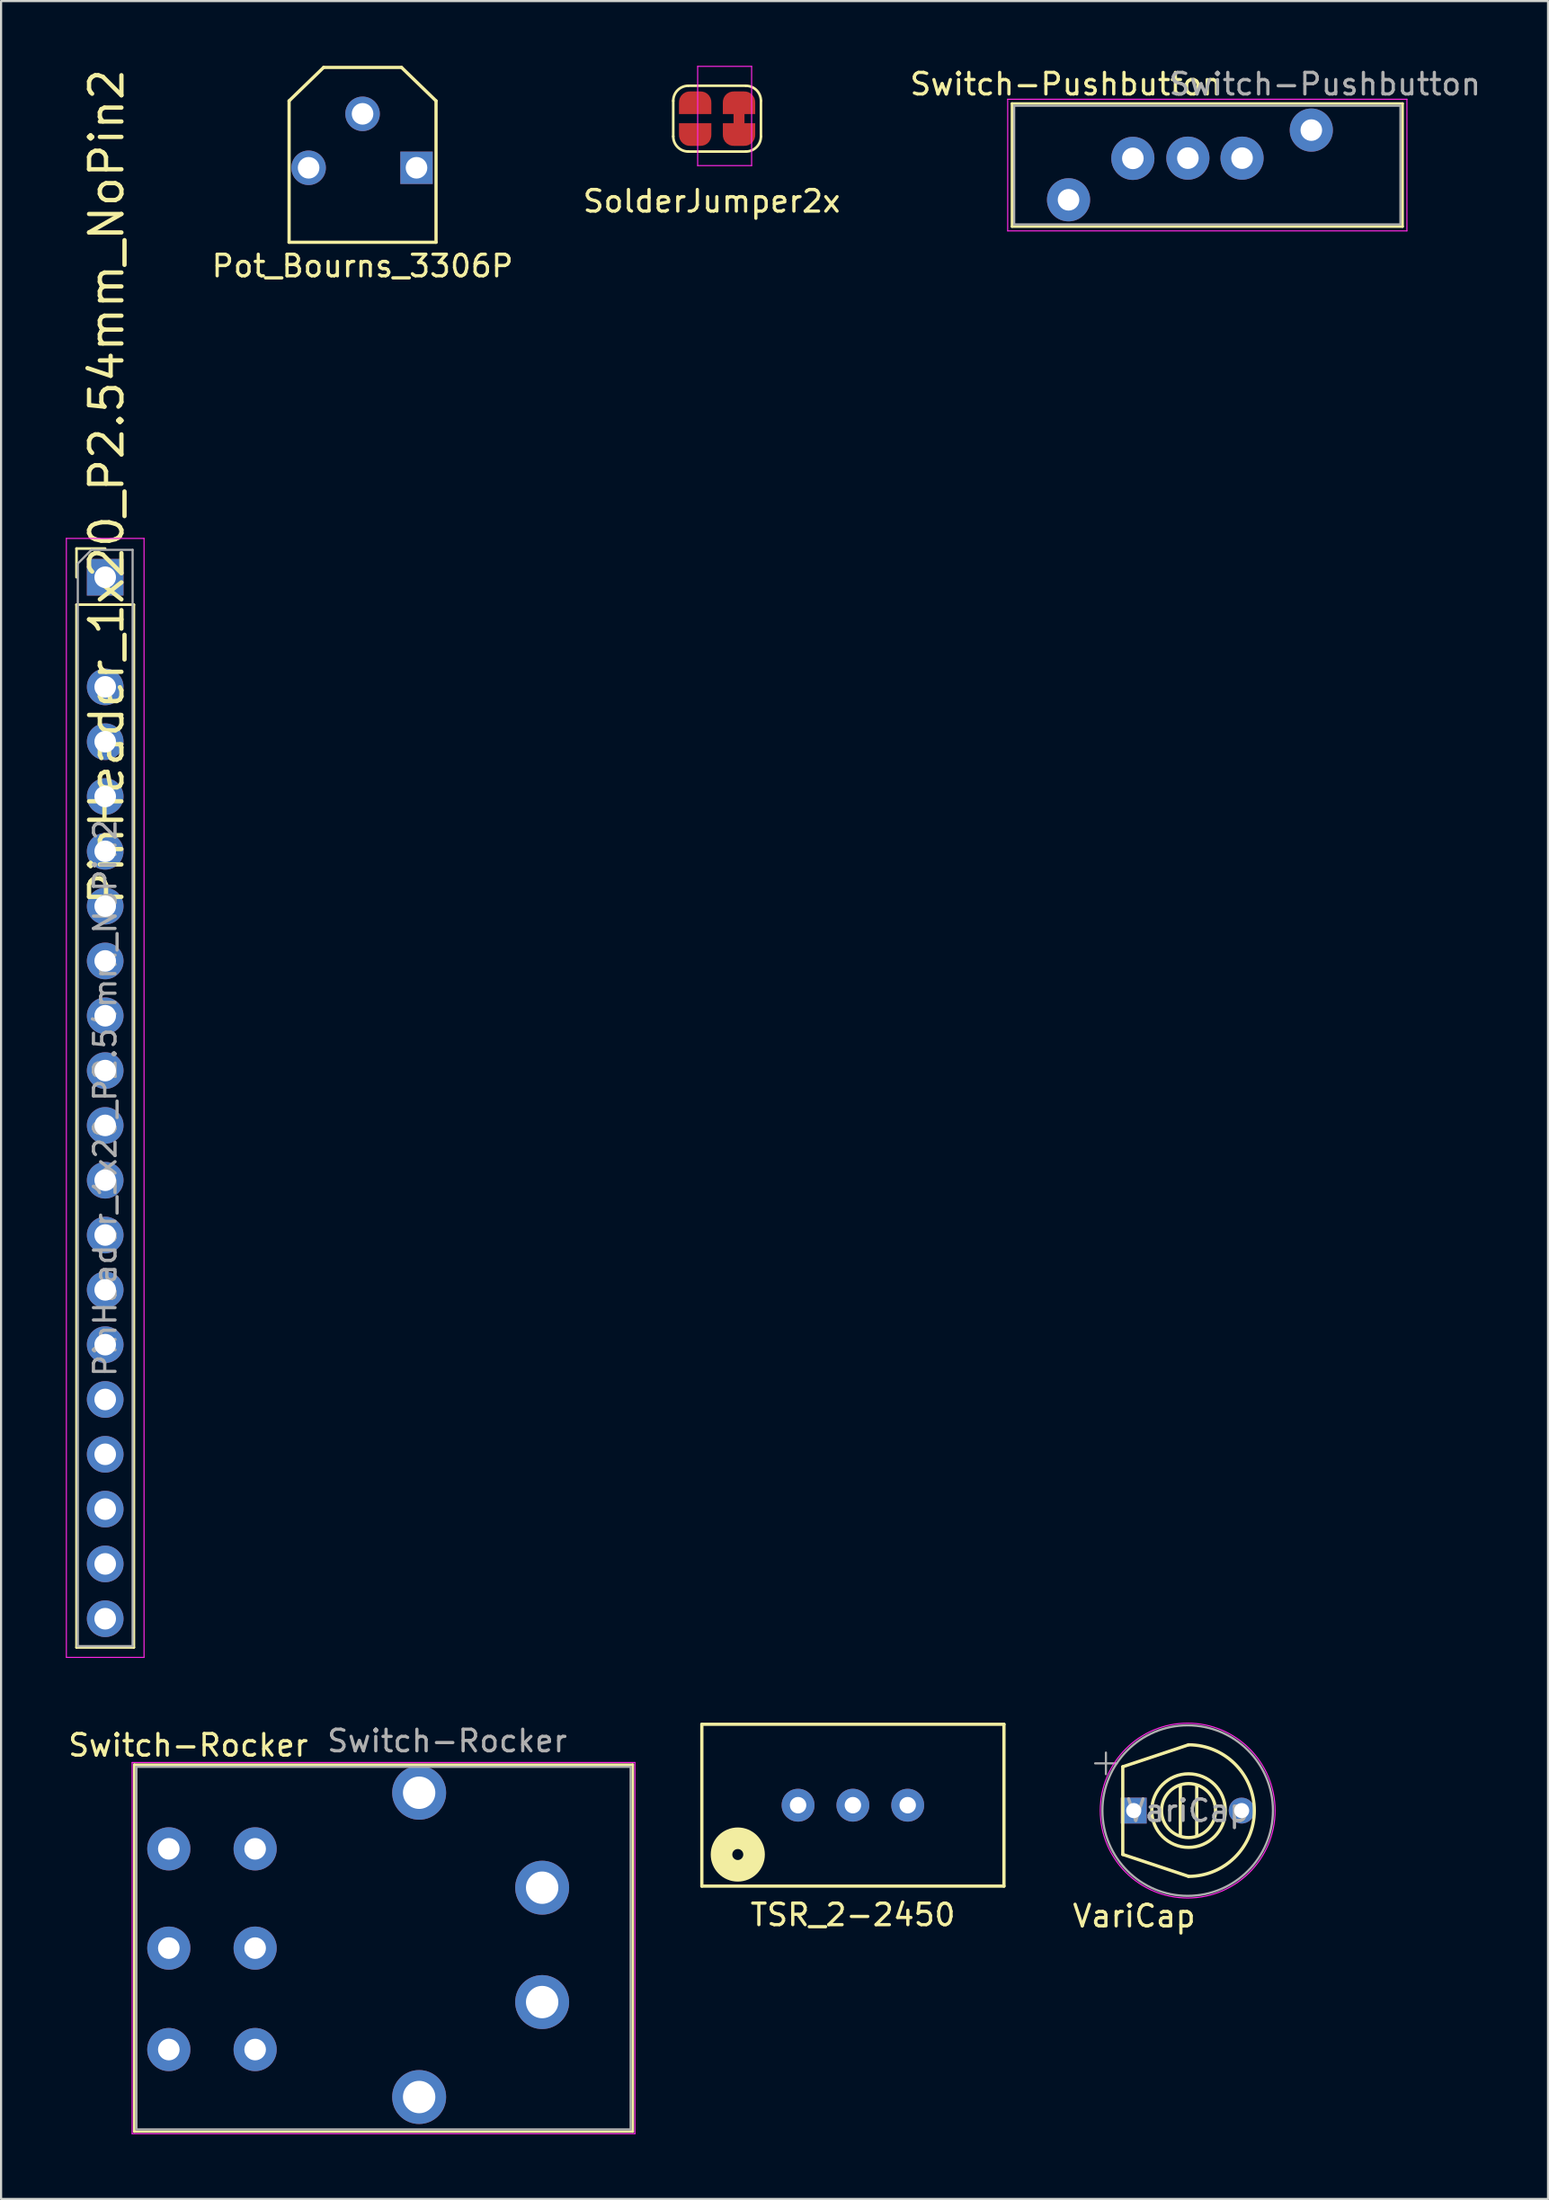
<source format=kicad_pcb>
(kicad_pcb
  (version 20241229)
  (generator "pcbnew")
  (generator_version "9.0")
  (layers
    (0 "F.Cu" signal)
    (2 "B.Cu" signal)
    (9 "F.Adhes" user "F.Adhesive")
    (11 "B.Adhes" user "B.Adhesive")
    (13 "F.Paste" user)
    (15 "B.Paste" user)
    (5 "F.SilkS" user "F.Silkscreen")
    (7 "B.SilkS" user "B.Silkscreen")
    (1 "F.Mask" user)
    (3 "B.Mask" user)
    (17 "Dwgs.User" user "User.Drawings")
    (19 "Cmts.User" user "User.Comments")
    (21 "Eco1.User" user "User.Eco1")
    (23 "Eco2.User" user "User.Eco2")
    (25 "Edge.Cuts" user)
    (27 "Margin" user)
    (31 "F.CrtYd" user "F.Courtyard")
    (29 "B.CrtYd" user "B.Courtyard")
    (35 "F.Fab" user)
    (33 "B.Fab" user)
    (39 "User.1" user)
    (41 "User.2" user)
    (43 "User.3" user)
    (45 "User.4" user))
  (footprint "Pot_Bourns_3306P"
    (layer "F.Cu")
    (at 13.751 3.475)
    (property "Reference" "Pot_Bourns_3306P" (at 0 5.8 0) (layer "F.SilkS") (effects (font (size 1 1) (thickness 0.15))))
    (attr through_hole)
    (fp_line (start -3.405 -1.85) (end -3.405 4.7) (stroke (width 0.15) (type solid)) (layer "F.SilkS"))
    (fp_line (start -3.405 -1.85) (end -1.805 -3.4) (stroke (width 0.15) (type solid)) (layer "F.SilkS"))
    (fp_line (start -3.405 4.7) (end 3.405 4.7) (stroke (width 0.15) (type solid)) (layer "F.SilkS"))
    (fp_line (start -1.805 -3.4) (end 1.805 -3.4) (stroke (width 0.15) (type solid)) (layer "F.SilkS"))
    (fp_line (start 3.405 -1.85) (end 1.805 -3.4) (stroke (width 0.15) (type solid)) (layer "F.SilkS"))
    (fp_line (start 3.405 -1.85) (end 3.405 4.7) (stroke (width 0.15) (type solid)) (layer "F.SilkS"))
    (pad "1" thru_hole rect (at 2.5 1.25) (size 1.5 1.5) (drill 1) (layers "*.Cu" "*.Mask"))
    (pad "2" thru_hole circle (at 0 -1.25) (size 1.6 1.6) (drill 1) (layers "*.Cu" "*.Mask"))
    (pad "3" thru_hole circle (at -2.5 1.25) (size 1.6 1.6) (drill 1) (layers "*.Cu" "*.Mask")))
  (footprint "SolderJumper2x"
    (layer "F.Cu")
    (at 30.18 2.575)
    (property "Reference" "SolderJumper2x" (at -0.25 3.7 0) (layer "F.SilkS") (effects (font (size 1 1) (thickness 0.15))))
    (attr exclude_from_pos_files exclude_from_bom)
    (fp_poly (pts (xy 0.762 0.381) (xy 0.762 -0.635) (xy 1.27 -0.635) (xy 1.27 0.381)) (stroke (width 0) (type solid)) (fill yes) (layer "F.Cu"))
    (fp_line (start -2.032 0.697) (end -2.032 -0.951) (stroke (width 0.12) (type solid)) (layer "F.SilkS"))
    (fp_line (start -1.332 -1.651) (end 1.332 -1.651) (stroke (width 0.12) (type solid)) (layer "F.SilkS"))
    (fp_line (start 1.332 1.397) (end -1.332 1.397) (stroke (width 0.12) (type solid)) (layer "F.SilkS"))
    (fp_line (start 2.032 -0.951) (end 2.032 0.697) (stroke (width 0.12) (type solid)) (layer "F.SilkS"))
    (fp_arc (start -2.032 -0.951) (mid -1.826975 -1.445975) (end -1.332 -1.651) (stroke (width 0.12) (type solid)) (layer "F.SilkS"))
    (fp_arc (start -1.332 1.397) (mid -1.826975 1.191975) (end -2.032 0.697) (stroke (width 0.12) (type solid)) (layer "F.SilkS"))
    (fp_arc (start 1.332 -1.651) (mid 1.826975 -1.445975) (end 2.032 -0.951) (stroke (width 0.12) (type solid)) (layer "F.SilkS"))
    (fp_arc (start 2.032 0.697) (mid 1.826975 1.191975) (end 1.332 1.397) (stroke (width 0.12) (type solid)) (layer "F.SilkS"))
    (fp_line (start -0.9 2.05) (end -0.9 -2.55) (stroke (width 0.05) (type solid)) (layer "F.CrtYd"))
    (fp_line (start -0.9 2.05) (end 1.6 2.05) (stroke (width 0.05) (type solid)) (layer "F.CrtYd"))
    (fp_line (start 1.6 -2.55) (end -0.9 -2.55) (stroke (width 0.05) (type solid)) (layer "F.CrtYd"))
    (fp_line (start 1.6 -2.55) (end 1.6 2.05) (stroke (width 0.05) (type solid)) (layer "F.CrtYd"))
    (pad "1" smd custom (at 1.016 -0.889 90) (size 1 0.5) (layers "F.Cu" "F.Mask") (options (anchor rect)) (primitives (gr_circle (center 0 0.25) (end 0.5 0.25) (width 0) (fill yes)) (gr_circle (center 0 -0.25) (end 0.5 -0.25) (width 0) (fill yes)) (gr_poly (pts (xy -0.55 -0.75) (xy 0 -0.75) (xy 0 0.75) (xy -0.55 0.75)) (width 0) (fill yes))))
    (pad "2" smd custom (at -1.016 0.635 90) (size 1 0.5) (layers "F.Cu" "F.Mask") (options (anchor rect)) (primitives (gr_circle (center 0 0.25) (end 0.5 0.25) (width 0) (fill yes)) (gr_circle (center 0 -0.25) (end 0.5 -0.25) (width 0) (fill yes)) (gr_poly (pts (xy 0.55 -0.75) (xy 0 -0.75) (xy 0 0.75) (xy 0.55 0.75)) (width 0) (fill yes))))
    (pad "2" smd custom (at 1.016 0.635 90) (size 1 0.5) (layers "F.Cu" "F.Mask") (options (anchor rect)) (primitives (gr_circle (center 0 0.25) (end 0.5 0.25) (width 0) (fill yes)) (gr_circle (center 0 -0.25) (end 0.5 -0.25) (width 0) (fill yes)) (gr_poly (pts (xy 0.55 -0.75) (xy 0 -0.75) (xy 0 0.75) (xy 0.55 0.75)) (width 0) (fill yes))))
    (pad "3" smd custom (at -1.016 -0.889 90) (size 1 0.5) (layers "F.Cu" "F.Mask") (options (anchor rect)) (primitives (gr_circle (center 0 0.25) (end 0.5 0.25) (width 0) (fill yes)) (gr_circle (center 0 -0.25) (end 0.5 -0.25) (width 0) (fill yes)) (gr_poly (pts (xy -0.55 -0.75) (xy 0 -0.75) (xy 0 0.75) (xy -0.55 0.75)) (width 0) (fill yes)))))
  (footprint "Switch-Rocker"
    (layer "F.Cu")
    (at 8.273 80.821)
    (property "Reference" "Switch-Rocker" (at -2.6 -3 0) (layer "F.SilkS") (effects (font (size 1 1) (thickness 0.15))))
    (attr through_hole)
    (fp_line (start -5.1 -2.1) (end -5.1 14.9) (stroke (width 0.12) (type solid)) (layer "F.SilkS"))
    (fp_line (start -5.1 -2.1) (end 18 -2.1) (stroke (width 0.12) (type solid)) (layer "F.SilkS"))
    (fp_line (start -5.1 14.9) (end 18 14.9) (stroke (width 0.12) (type solid)) (layer "F.SilkS"))
    (fp_line (start 18 -2.1) (end 18 14.9) (stroke (width 0.12) (type solid)) (layer "F.SilkS"))
    (fp_line (start -5.2 -2.2) (end -5.2 15) (stroke (width 0.05) (type solid)) (layer "F.CrtYd"))
    (fp_line (start -5.2 15) (end 18.1 15) (stroke (width 0.05) (type solid)) (layer "F.CrtYd"))
    (fp_line (start 18.1 -2.2) (end -5.2 -2.2) (stroke (width 0.05) (type solid)) (layer "F.CrtYd"))
    (fp_line (start 18.1 15) (end 18.1 -2.2) (stroke (width 0.05) (type solid)) (layer "F.CrtYd"))
    (fp_line (start -5 -2) (end -5 14.8) (stroke (width 0.1) (type solid)) (layer "F.Fab"))
    (fp_line (start -5 14.8) (end 17.9 14.8) (stroke (width 0.1) (type solid)) (layer "F.Fab"))
    (fp_line (start 17.9 -2) (end -5 -2) (stroke (width 0.1) (type solid)) (layer "F.Fab"))
    (fp_line (start 17.9 14.8) (end 17.9 -2) (stroke (width 0.1) (type solid)) (layer "F.Fab"))
    (fp_text user "${REFERENCE}" (at 9.4 -3.2 0) (layer "F.Fab") (effects (font (size 1 1) (thickness 0.15))))
    (pad "0" thru_hole circle (at 8.1 -0.8) (size 2.5 2.5) (drill 1.5) (layers "*.Cu" "*.Mask"))
    (pad "0" thru_hole circle (at 8.1 13.3) (size 2.5 2.5) (drill 1.5) (layers "*.Cu" "*.Mask"))
    (pad "0" thru_hole circle (at 13.8 3.6) (size 2.5 2.5) (drill 1.5) (layers "*.Cu" "*.Mask"))
    (pad "0" thru_hole circle (at 13.8 8.9) (size 2.5 2.5) (drill 1.5) (layers "*.Cu" "*.Mask"))
    (pad "1" thru_hole circle (at -3.5 1.8) (size 2 2) (drill 1) (layers "*.Cu" "*.Mask"))
    (pad "2" thru_hole circle (at -3.5 6.4) (size 2 2) (drill 1) (layers "*.Cu" "*.Mask"))
    (pad "3" thru_hole circle (at -3.5 11.1) (size 2 2) (drill 1) (layers "*.Cu" "*.Mask"))
    (pad "4" thru_hole circle (at 0.5 1.8) (size 2 2) (drill 1) (layers "*.Cu" "*.Mask"))
    (pad "5" thru_hole circle (at 0.5 6.4) (size 2 2) (drill 1) (layers "*.Cu" "*.Mask"))
    (pad "6" thru_hole circle (at 0.5 11.1) (size 2 2) (drill 1) (layers "*.Cu" "*.Mask")))
  (footprint "PinHeader_1x20_P2.54mm_NoPin2"
    (layer "F.Cu")
    (at 1.825 23.698)
    (property "Reference" "PinHeader_1x20_P2.54mm_NoPin2" (at 0.068 -4.191 90) (layer "F.SilkS") (effects (font (size 1.5 1.5) (thickness 0.2))))
    (attr through_hole)
    (fp_line (start -1.33 -1.33) (end 0 -1.33) (stroke (width 0.12) (type solid)) (layer "F.SilkS"))
    (fp_line (start -1.33 0) (end -1.33 -1.33) (stroke (width 0.12) (type solid)) (layer "F.SilkS"))
    (fp_line (start -1.33 1.27) (end -1.33 49.59) (stroke (width 0.12) (type solid)) (layer "F.SilkS"))
    (fp_line (start -1.33 1.27) (end 1.33 1.27) (stroke (width 0.12) (type solid)) (layer "F.SilkS"))
    (fp_line (start -1.33 49.59) (end 1.33 49.59) (stroke (width 0.12) (type solid)) (layer "F.SilkS"))
    (fp_line (start 1.33 1.27) (end 1.33 49.59) (stroke (width 0.12) (type solid)) (layer "F.SilkS"))
    (fp_line (start -1.8 -1.8) (end -1.8 50.05) (stroke (width 0.05) (type solid)) (layer "F.CrtYd"))
    (fp_line (start -1.8 50.05) (end 1.8 50.05) (stroke (width 0.05) (type solid)) (layer "F.CrtYd"))
    (fp_line (start 1.8 -1.8) (end -1.8 -1.8) (stroke (width 0.05) (type solid)) (layer "F.CrtYd"))
    (fp_line (start 1.8 50.05) (end 1.8 -1.8) (stroke (width 0.05) (type solid)) (layer "F.CrtYd"))
    (fp_line (start -1.27 -0.635) (end -0.635 -1.27) (stroke (width 0.1) (type solid)) (layer "F.Fab"))
    (fp_line (start -1.27 49.53) (end -1.27 -0.635) (stroke (width 0.1) (type solid)) (layer "F.Fab"))
    (fp_line (start -0.635 -1.27) (end 1.27 -1.27) (stroke (width 0.1) (type solid)) (layer "F.Fab"))
    (fp_line (start 1.27 -1.27) (end 1.27 49.53) (stroke (width 0.1) (type solid)) (layer "F.Fab"))
    (fp_line (start 1.27 49.53) (end -1.27 49.53) (stroke (width 0.1) (type solid)) (layer "F.Fab"))
    (fp_text user "${REFERENCE}" (at 0 24.13 270) (layer "F.Fab") (effects (font (size 1 1) (thickness 0.15))))
    (pad "1" thru_hole rect (at 0 0) (size 1.7 1.7) (drill 1) (layers "*.Cu" "*.Mask"))
    (pad "3" thru_hole oval (at 0 5.08) (size 1.7 1.7) (drill 1) (layers "*.Cu" "*.Mask"))
    (pad "4" thru_hole oval (at 0 7.62 45) (size 1.7 1.7) (drill 1) (layers "*.Cu" "*.Mask"))
    (pad "5" thru_hole oval (at 0 10.16) (size 1.7 1.7) (drill 1) (layers "*.Cu" "*.Mask"))
    (pad "6" thru_hole oval (at 0 12.7) (size 1.7 1.7) (drill 1) (layers "*.Cu" "*.Mask"))
    (pad "7" thru_hole oval (at 0 15.24) (size 1.7 1.7) (drill 1) (layers "*.Cu" "*.Mask"))
    (pad "8" thru_hole oval (at 0 17.78) (size 1.7 1.7) (drill 1) (layers "*.Cu" "*.Mask"))
    (pad "9" thru_hole oval (at 0 20.32) (size 1.7 1.7) (drill 1) (layers "*.Cu" "*.Mask"))
    (pad "10" thru_hole oval (at 0 22.86) (size 1.7 1.7) (drill 1) (layers "*.Cu" "*.Mask"))
    (pad "11" thru_hole oval (at 0 25.4) (size 1.7 1.7) (drill 1) (layers "*.Cu" "*.Mask"))
    (pad "12" thru_hole oval (at 0 27.94) (size 1.7 1.7) (drill 1) (layers "*.Cu" "*.Mask"))
    (pad "13" thru_hole oval (at 0 30.48) (size 1.7 1.7) (drill 1) (layers "*.Cu" "*.Mask"))
    (pad "14" thru_hole oval (at 0 33.02) (size 1.7 1.7) (drill 1) (layers "*.Cu" "*.Mask"))
    (pad "15" thru_hole oval (at 0 35.56) (size 1.7 1.7) (drill 1) (layers "*.Cu" "*.Mask"))
    (pad "16" thru_hole oval (at 0 38.1) (size 1.7 1.7) (drill 1) (layers "*.Cu" "*.Mask"))
    (pad "17" thru_hole oval (at 0 40.64) (size 1.7 1.7) (drill 1) (layers "*.Cu" "*.Mask"))
    (pad "18" thru_hole oval (at 0 43.18) (size 1.7 1.7) (drill 1) (layers "*.Cu" "*.Mask"))
    (pad "19" thru_hole oval (at 0 45.72) (size 1.7 1.7) (drill 1) (layers "*.Cu" "*.Mask"))
    (pad "20" thru_hole oval (at 0 48.26) (size 1.7 1.7) (drill 1) (layers "*.Cu" "*.Mask")))
  (footprint "Switch-Pushbutton"
    (layer "F.Cu")
    (at 48.946 4.048)
    (property "Reference" "Switch-Pushbutton" (at -2.6 -3.2 0) (layer "F.SilkS") (effects (font (size 1 1) (thickness 0.15))))
    (attr through_hole)
    (fp_line (start -5.1 -2.3) (end -5.1 3.4) (stroke (width 0.12) (type solid)) (layer "F.SilkS"))
    (fp_line (start -5.1 -2.3) (end 13 -2.3) (stroke (width 0.12) (type solid)) (layer "F.SilkS"))
    (fp_line (start -5.1 3.4) (end 13 3.4) (stroke (width 0.12) (type solid)) (layer "F.SilkS"))
    (fp_line (start 13 -2.3) (end 13 3.4) (stroke (width 0.12) (type solid)) (layer "F.SilkS"))
    (fp_line (start -5.3 -2.5) (end -5.3 3.6) (stroke (width 0.05) (type solid)) (layer "F.CrtYd"))
    (fp_line (start -5.3 3.6) (end 13.2 3.6) (stroke (width 0.05) (type solid)) (layer "F.CrtYd"))
    (fp_line (start 13.2 -2.5) (end -5.3 -2.5) (stroke (width 0.05) (type solid)) (layer "F.CrtYd"))
    (fp_line (start 13.2 3.6) (end 13.2 -2.5) (stroke (width 0.05) (type solid)) (layer "F.CrtYd"))
    (fp_line (start -5 -2.2) (end -5 3.3) (stroke (width 0.1) (type solid)) (layer "F.Fab"))
    (fp_line (start -5 3.3) (end 12.9 3.3) (stroke (width 0.1) (type solid)) (layer "F.Fab"))
    (fp_line (start 12.9 -2.2) (end -5 -2.2) (stroke (width 0.1) (type solid)) (layer "F.Fab"))
    (fp_line (start 12.9 3.3) (end 12.9 -2.2) (stroke (width 0.1) (type solid)) (layer "F.Fab"))
    (fp_text user "${REFERENCE}" (at 9.4 -3.2 0) (layer "F.Fab") (effects (font (size 1 1) (thickness 0.15))))
    (pad "" thru_hole circle (at 5.56 0.23) (size 2 2) (drill 1) (layers "*.Cu" "*.Mask"))
    (pad "0" thru_hole circle (at -2.48 2.16) (size 2 2) (drill 1) (layers "*.Cu" "*.Mask"))
    (pad "0" thru_hole circle (at 8.77 -1.07) (size 2 2) (drill 1) (layers "*.Cu" "*.Mask"))
    (pad "1" thru_hole circle (at 3.05 0.23) (size 2 2) (drill 1) (layers "*.Cu" "*.Mask"))
    (pad "2" thru_hole circle (at 0.5 0.24) (size 2 2) (drill 1) (layers "*.Cu" "*.Mask")))
  (footprint "TSR_2-2450"
    (layer "F.Cu")
    (at 36.473 80.598)
    (property "Reference" "TSR_2-2450" (at 0 5.08 0) (layer "F.SilkS") (effects (font (size 1 1) (thickness 0.15))))
    (attr through_hole)
    (fp_line (start -7 -3.75) (end -7 3.75) (stroke (width 0.15) (type solid)) (layer "F.SilkS"))
    (fp_line (start -7 3.75) (end 7 3.75) (stroke (width 0.15) (type solid)) (layer "F.SilkS"))
    (fp_line (start 7 -3.75) (end -7 -3.75) (stroke (width 0.15) (type solid)) (layer "F.SilkS"))
    (fp_line (start 7 3.75) (end 7 -3.75) (stroke (width 0.15) (type solid)) (layer "F.SilkS"))
    (fp_circle (center -5.334 2.286) (end -5.08 2.286) (stroke (width 1) (type solid)) (fill no) (layer "F.SilkS"))
    (pad "1" thru_hole circle (at -2.54 0) (size 1.524 1.524) (drill 0.762) (layers "*.Cu" "*.Mask"))
    (pad "2" thru_hole circle (at 0 0) (size 1.524 1.524) (drill 0.762) (layers "*.Cu" "*.Mask"))
    (pad "3" thru_hole circle (at 2.54 0) (size 1.524 1.524) (drill 0.762) (layers "*.Cu" "*.Mask")))
  (footprint "VariCap"
    (layer "F.Cu")
    (at 49.487 80.848)
    (property "Reference" "VariCap" (at 0.019 4.885 0) (layer "F.SilkS") (effects (font (size 1 1) (thickness 0.15))))
    (attr through_hole)
    (fp_line (start -0.508 -2.032) (end -0.508 2.032) (stroke (width 0.15) (type solid)) (layer "F.SilkS"))
    (fp_line (start -0.508 -2.032) (end 2.54 -3.048) (stroke (width 0.15) (type solid)) (layer "F.SilkS"))
    (fp_line (start -0.508 2.032) (end 2.54 3.048) (stroke (width 0.15) (type solid)) (layer "F.SilkS"))
    (fp_line (start 2.159 -1.143) (end 2.159 1.143) (stroke (width 0.15) (type solid)) (layer "F.SilkS"))
    (fp_line (start 2.921 -1.143) (end 2.921 1.143) (stroke (width 0.15) (type solid)) (layer "F.SilkS"))
    (fp_arc (start 2.54 -3.048) (mid 5.588 0) (end 2.54 3.048) (stroke (width 0.15) (type solid)) (layer "F.SilkS"))
    (fp_circle (center 2.54 0) (end 1.016 0.762) (stroke (width 0.15) (type solid)) (fill no) (layer "F.SilkS"))
    (fp_circle (center 2.54 0) (end 1.397 0.508) (stroke (width 0.15) (type solid)) (fill no) (layer "F.SilkS"))
    (fp_circle (center 2.5 0) (end 6.55 0) (stroke (width 0.05) (type solid)) (fill no) (layer "F.CrtYd"))
    (fp_line (start -1.789 -2.188) (end -0.789 -2.188) (stroke (width 0.1) (type solid)) (layer "F.Fab"))
    (fp_line (start -1.289 -2.688) (end -1.289 -1.688) (stroke (width 0.1) (type solid)) (layer "F.Fab"))
    (fp_circle (center 2.5 0) (end 6.45 0.05) (stroke (width 0.1) (type solid)) (fill no) (layer "F.Fab"))
    (fp_text user "${REFERENCE}" (at 2.5 0 0) (layer "F.Fab") (effects (font (size 1 1) (thickness 0.15))))
    (pad "1" thru_hole rect (at 0 0) (size 1.2 1.2) (drill 0.7) (layers "*.Cu" "*.Mask"))
    (pad "2" thru_hole circle (at 5 0) (size 1.2 1.2) (drill 0.7) (layers "*.Cu" "*.Mask")))
  (gr_rect
    (start -3 -3)
    (end 68.686 98.846)
    (stroke (width 0.1) (type default))
    (fill no)
    (layer "Edge.Cuts")))
</source>
